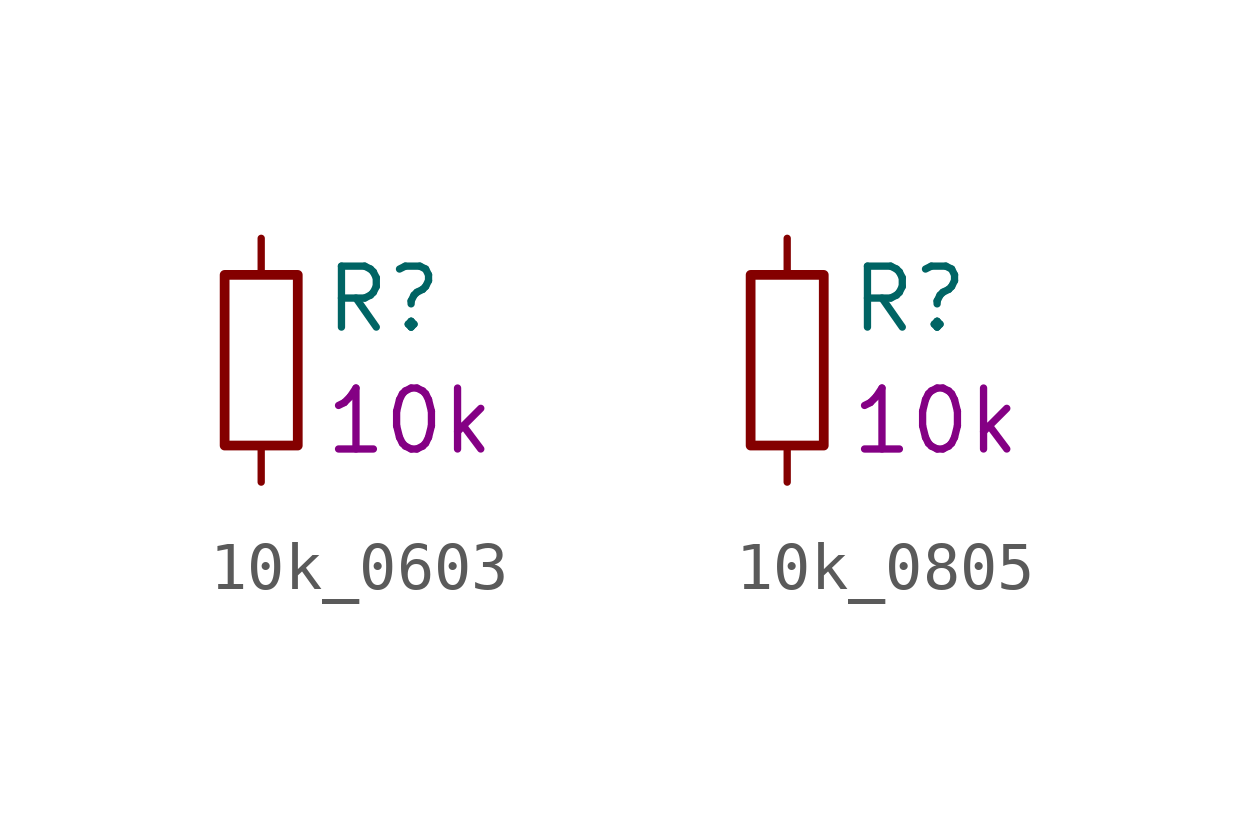
<source format=kicad_sym>
(kicad_symbol_lib
  (version 20241209)
  (generator "kicad_symbol_editor")
  (generator_version "9.0")
  (symbol "10k_0603"
    (pin_numbers
      (hide yes))
    (pin_names
      (offset 0.254)
      (hide yes))
    (property "Reference" "R"
      (at 1.27 1.27 0)
      (effects (font (size 1.27 1.27)) (justify left)))
    (property "Value_" "10k"
      (at 1.27 -1.27 0)
      (effects (font (size 1.27 1.27)) (justify left)))
    (symbol "10k_0603_0_1"
      (rectangle (start -0.762 1.778) (end 0.762 -1.778) (stroke (width 0.203) (type default)) (fill (type none))))
    (symbol "10k_0603_1_1"
      (pin passive line (at 0 2.54 270) (length 0.762) (name "~" (effects (font (size 1.27 1.27)))) (number "1" (effects (font (size 1.27 1.27)))))
      (pin passive line (at 0 -2.54 90) (length 0.762) (name "~" (effects (font (size 1.27 1.27)))) (number "2" (effects (font (size 1.27 1.27)))))))
  (symbol "10k_0805"
    (pin_numbers
      (hide yes))
    (pin_names
      (offset 0.254)
      (hide yes))
    (property "Reference" "R"
      (at 1.27 1.27 0)
      (effects (font (size 1.27 1.27)) (justify left)))
    (property "Value_" "10k"
      (at 1.27 -1.27 0)
      (effects (font (size 1.27 1.27)) (justify left)))
    (symbol "10k_0805_0_1"
      (rectangle (start -0.762 1.778) (end 0.762 -1.778) (stroke (width 0.203) (type default)) (fill (type none))))
    (symbol "10k_0805_1_1"
      (pin passive line (at 0 2.54 270) (length 0.762) (name "~" (effects (font (size 1.27 1.27)))) (number "1" (effects (font (size 1.27 1.27)))))
      (pin passive line (at 0 -2.54 90) (length 0.762) (name "~" (effects (font (size 1.27 1.27)))) (number "2" (effects (font (size 1.27 1.27))))))))
</source>
